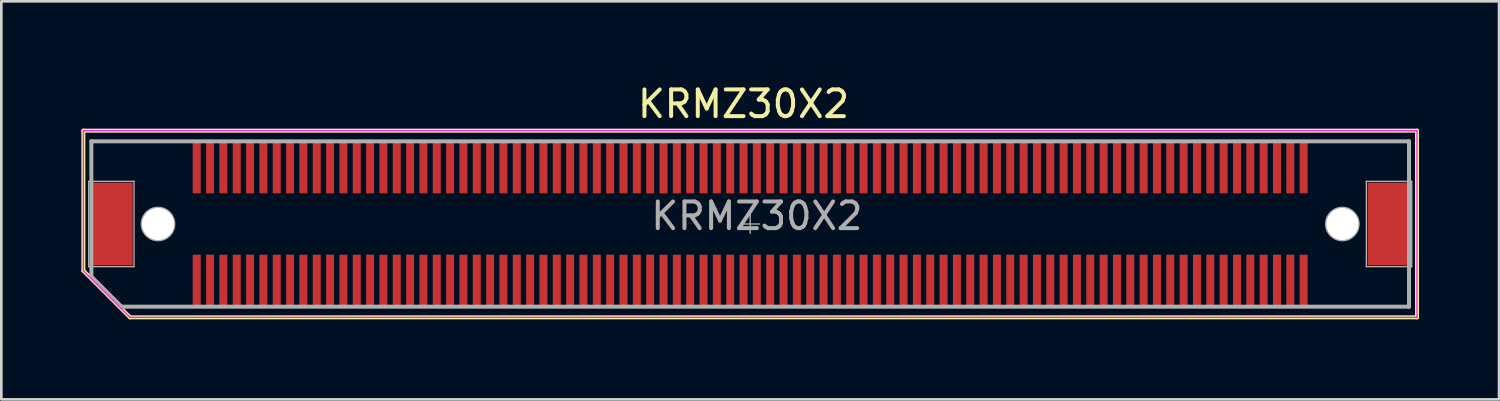
<source format=kicad_pcb>
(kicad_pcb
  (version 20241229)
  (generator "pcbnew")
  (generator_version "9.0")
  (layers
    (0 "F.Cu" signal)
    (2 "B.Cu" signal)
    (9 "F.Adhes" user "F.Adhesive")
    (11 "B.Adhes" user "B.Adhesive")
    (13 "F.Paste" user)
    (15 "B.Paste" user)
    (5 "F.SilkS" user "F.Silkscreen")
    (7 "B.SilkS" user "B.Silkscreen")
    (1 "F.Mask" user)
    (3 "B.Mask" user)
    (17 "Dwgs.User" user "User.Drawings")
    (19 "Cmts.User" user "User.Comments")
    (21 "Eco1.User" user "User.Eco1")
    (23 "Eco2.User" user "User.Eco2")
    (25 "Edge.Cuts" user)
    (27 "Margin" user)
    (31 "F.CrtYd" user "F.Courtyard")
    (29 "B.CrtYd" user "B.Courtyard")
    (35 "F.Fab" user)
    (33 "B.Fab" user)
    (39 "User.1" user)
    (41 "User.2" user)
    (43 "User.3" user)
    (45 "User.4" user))
  (footprint "KRMZ30X2"
    (layer "F.Cu")
    (at 25.075 5.348)
    (property "Reference" "KRMZ30X2" (at -0.25 -4.5 0) (layer "F.SilkS") (effects (font (size 1 1) (thickness 0.15))))
    (attr smd)
    (fp_line (start -25 -3.5) (end 25 -3.5) (stroke (width 0.15) (type solid)) (layer "F.SilkS"))
    (fp_line (start -25 1.75) (end -25 -3.5) (stroke (width 0.15) (type solid)) (layer "F.SilkS"))
    (fp_line (start -23.25 3.5) (end -25 1.75) (stroke (width 0.15) (type solid)) (layer "F.SilkS"))
    (fp_line (start 25 -3.5) (end 25 3.5) (stroke (width 0.15) (type solid)) (layer "F.SilkS"))
    (fp_line (start 25 3.5) (end -23.25 3.5) (stroke (width 0.15) (type solid)) (layer "F.SilkS"))
    (fp_line (start -24.892 -3.15) (end 24.638 -3.15) (stroke (width 0.05) (type solid)) (layer "Eco1.User"))
    (fp_line (start -25 -3.5) (end -25 1.75) (stroke (width 0.05) (type solid)) (layer "F.CrtYd"))
    (fp_line (start -25 1.75) (end -23.25 3.5) (stroke (width 0.05) (type solid)) (layer "F.CrtYd"))
    (fp_line (start -23.25 3.5) (end 25 3.5) (stroke (width 0.05) (type solid)) (layer "F.CrtYd"))
    (fp_line (start 25 -3.5) (end -25 -3.5) (stroke (width 0.05) (type solid)) (layer "F.CrtYd"))
    (fp_line (start 25 3.5) (end 25 -3.5) (stroke (width 0.05) (type solid)) (layer "F.CrtYd"))
    (fp_line (start -24.8 -1.6) (end -23.1 -1.6) (stroke (width 0.05) (type solid)) (layer "F.Fab"))
    (fp_line (start -24.8 1.6) (end -24.8 -1.6) (stroke (width 0.05) (type solid)) (layer "F.Fab"))
    (fp_line (start -24.701 1.968) (end -23.558 3.111) (stroke (width 0.15) (type solid)) (layer "F.Fab"))
    (fp_line (start -24.7 -3.1) (end -24.7 1.95) (stroke (width 0.15) (type solid)) (layer "F.Fab"))
    (fp_line (start -24.7 -3.1) (end 24.7 -3.1) (stroke (width 0.15) (type solid)) (layer "F.Fab"))
    (fp_line (start -23.55 3.1) (end 24.7 3.1) (stroke (width 0.15) (type solid)) (layer "F.Fab"))
    (fp_line (start -23.1 -1.6) (end -23.1 1.6) (stroke (width 0.05) (type solid)) (layer "F.Fab"))
    (fp_line (start -23.1 1.6) (end -24.8 1.6) (stroke (width 0.05) (type solid)) (layer "F.Fab"))
    (fp_line (start 0 -0.4) (end 0 0.35) (stroke (width 0.05) (type solid)) (layer "F.Fab"))
    (fp_line (start 0.35 0) (end -0.35 0) (stroke (width 0.05) (type solid)) (layer "F.Fab"))
    (fp_line (start 23.1 -1.6) (end 24.8 -1.6) (stroke (width 0.05) (type solid)) (layer "F.Fab"))
    (fp_line (start 23.1 1.6) (end 23.1 -1.6) (stroke (width 0.05) (type solid)) (layer "F.Fab"))
    (fp_line (start 24.7 -3.1) (end 24.7 3.1) (stroke (width 0.15) (type solid)) (layer "F.Fab"))
    (fp_line (start 24.8 -1.6) (end 24.8 1.6) (stroke (width 0.05) (type solid)) (layer "F.Fab"))
    (fp_line (start 24.8 1.6) (end 23.1 1.6) (stroke (width 0.05) (type solid)) (layer "F.Fab"))
    (fp_circle (center -22.2 0) (end -22.8 0) (stroke (width 0.1) (type solid)) (fill no) (layer "F.Fab"))
    (fp_circle (center 22.2 0) (end 22.8 0) (stroke (width 0.1) (type solid)) (fill no) (layer "F.Fab"))
    (fp_text user "${REFERENCE}" (at 0.25 -0.3 0) (layer "F.Fab") (effects (font (size 1 1) (thickness 0.15))))
    (pad "" smd rect (at -23.95 0) (size 1.6 3.1) (layers "F.Cu" "F.Mask" "F.Paste"))
    (pad "" np_thru_hole circle (at -22.2 0) (size 1.2 1.2) (drill 1.2) (layers "*.Mask" "F.Cu"))
    (pad "" np_thru_hole circle (at 22.2 0) (size 1.2 1.2) (drill 1.2) (layers "*.Mask" "F.Cu"))
    (pad "" smd rect (at 23.95 0) (size 1.6 3.1) (layers "F.Cu" "F.Mask" "F.Paste"))
    (pad "1" smd rect (at -20.75 2.15) (size 0.3 2) (layers "F.Cu" "F.Mask" "F.Paste"))
    (pad "2" smd rect (at -20.75 -2.15) (size 0.3 2) (layers "F.Cu" "F.Mask" "F.Paste"))
    (pad "3" smd rect (at -20.25 2.15) (size 0.3 2) (layers "F.Cu" "F.Mask" "F.Paste"))
    (pad "4" smd rect (at -20.25 -2.15) (size 0.3 2) (layers "F.Cu" "F.Mask" "F.Paste"))
    (pad "5" smd rect (at -19.75 2.15) (size 0.3 2) (layers "F.Cu" "F.Mask" "F.Paste"))
    (pad "6" smd rect (at -19.75 -2.15) (size 0.3 2) (layers "F.Cu" "F.Mask" "F.Paste"))
    (pad "7" smd rect (at -19.25 2.15) (size 0.3 2) (layers "F.Cu" "F.Mask" "F.Paste"))
    (pad "8" smd rect (at -19.25 -2.15) (size 0.3 2) (layers "F.Cu" "F.Mask" "F.Paste"))
    (pad "9" smd rect (at -18.75 2.15) (size 0.3 2) (layers "F.Cu" "F.Mask" "F.Paste"))
    (pad "10" smd rect (at -18.75 -2.15) (size 0.3 2) (layers "F.Cu" "F.Mask" "F.Paste"))
    (pad "11" smd rect (at -18.25 2.15) (size 0.3 2) (layers "F.Cu" "F.Mask" "F.Paste"))
    (pad "12" smd rect (at -18.25 -2.15) (size 0.3 2) (layers "F.Cu" "F.Mask" "F.Paste"))
    (pad "13" smd rect (at -17.75 2.15) (size 0.3 2) (layers "F.Cu" "F.Mask" "F.Paste"))
    (pad "14" smd rect (at -17.75 -2.15) (size 0.3 2) (layers "F.Cu" "F.Mask" "F.Paste"))
    (pad "15" smd rect (at -17.25 2.15) (size 0.3 2) (layers "F.Cu" "F.Mask" "F.Paste"))
    (pad "16" smd rect (at -17.25 -2.15) (size 0.3 2) (layers "F.Cu" "F.Mask" "F.Paste"))
    (pad "17" smd rect (at -16.75 2.15) (size 0.3 2) (layers "F.Cu" "F.Mask" "F.Paste"))
    (pad "18" smd rect (at -16.75 -2.15) (size 0.3 2) (layers "F.Cu" "F.Mask" "F.Paste"))
    (pad "19" smd rect (at -16.25 2.15) (size 0.3 2) (layers "F.Cu" "F.Mask" "F.Paste"))
    (pad "20" smd rect (at -16.25 -2.15) (size 0.3 2) (layers "F.Cu" "F.Mask" "F.Paste"))
    (pad "21" smd rect (at -15.75 2.15) (size 0.3 2) (layers "F.Cu" "F.Mask" "F.Paste"))
    (pad "22" smd rect (at -15.75 -2.15) (size 0.3 2) (layers "F.Cu" "F.Mask" "F.Paste"))
    (pad "23" smd rect (at -15.25 2.15) (size 0.3 2) (layers "F.Cu" "F.Mask" "F.Paste"))
    (pad "24" smd rect (at -15.25 -2.15) (size 0.3 2) (layers "F.Cu" "F.Mask" "F.Paste"))
    (pad "25" smd rect (at -14.75 2.15) (size 0.3 2) (layers "F.Cu" "F.Mask" "F.Paste"))
    (pad "26" smd rect (at -14.75 -2.15) (size 0.3 2) (layers "F.Cu" "F.Mask" "F.Paste"))
    (pad "27" smd rect (at -14.25 2.15) (size 0.3 2) (layers "F.Cu" "F.Mask" "F.Paste"))
    (pad "28" smd rect (at -14.25 -2.15) (size 0.3 2) (layers "F.Cu" "F.Mask" "F.Paste"))
    (pad "29" smd rect (at -13.75 2.15) (size 0.3 2) (layers "F.Cu" "F.Mask" "F.Paste"))
    (pad "30" smd rect (at -13.75 -2.15) (size 0.3 2) (layers "F.Cu" "F.Mask" "F.Paste"))
    (pad "31" smd rect (at -13.25 2.15) (size 0.3 2) (layers "F.Cu" "F.Mask" "F.Paste"))
    (pad "32" smd rect (at -13.25 -2.15) (size 0.3 2) (layers "F.Cu" "F.Mask" "F.Paste"))
    (pad "33" smd rect (at -12.75 2.15) (size 0.3 2) (layers "F.Cu" "F.Mask" "F.Paste"))
    (pad "34" smd rect (at -12.75 -2.15) (size 0.3 2) (layers "F.Cu" "F.Mask" "F.Paste"))
    (pad "35" smd rect (at -12.25 2.15) (size 0.3 2) (layers "F.Cu" "F.Mask" "F.Paste"))
    (pad "36" smd rect (at -12.25 -2.15) (size 0.3 2) (layers "F.Cu" "F.Mask" "F.Paste"))
    (pad "37" smd rect (at -11.75 2.15) (size 0.3 2) (layers "F.Cu" "F.Mask" "F.Paste"))
    (pad "38" smd rect (at -11.75 -2.15) (size 0.3 2) (layers "F.Cu" "F.Mask" "F.Paste"))
    (pad "39" smd rect (at -11.25 2.15) (size 0.3 2) (layers "F.Cu" "F.Mask" "F.Paste"))
    (pad "40" smd rect (at -11.25 -2.15) (size 0.3 2) (layers "F.Cu" "F.Mask" "F.Paste"))
    (pad "41" smd rect (at -10.75 2.15) (size 0.3 2) (layers "F.Cu" "F.Mask" "F.Paste"))
    (pad "42" smd rect (at -10.75 -2.15) (size 0.3 2) (layers "F.Cu" "F.Mask" "F.Paste"))
    (pad "43" smd rect (at -10.25 2.15) (size 0.3 2) (layers "F.Cu" "F.Mask" "F.Paste"))
    (pad "44" smd rect (at -10.25 -2.15) (size 0.3 2) (layers "F.Cu" "F.Mask" "F.Paste"))
    (pad "45" smd rect (at -9.75 2.15) (size 0.3 2) (layers "F.Cu" "F.Mask" "F.Paste"))
    (pad "46" smd rect (at -9.75 -2.15) (size 0.3 2) (layers "F.Cu" "F.Mask" "F.Paste"))
    (pad "47" smd rect (at -9.25 2.15) (size 0.3 2) (layers "F.Cu" "F.Mask" "F.Paste"))
    (pad "48" smd rect (at -9.25 -2.15) (size 0.3 2) (layers "F.Cu" "F.Mask" "F.Paste"))
    (pad "49" smd rect (at -8.75 2.15) (size 0.3 2) (layers "F.Cu" "F.Mask" "F.Paste"))
    (pad "50" smd rect (at -8.75 -2.15) (size 0.3 2) (layers "F.Cu" "F.Mask" "F.Paste"))
    (pad "51" smd rect (at -8.25 2.15) (size 0.3 2) (layers "F.Cu" "F.Mask" "F.Paste"))
    (pad "52" smd rect (at -8.25 -2.15) (size 0.3 2) (layers "F.Cu" "F.Mask" "F.Paste"))
    (pad "53" smd rect (at -7.75 2.15) (size 0.3 2) (layers "F.Cu" "F.Mask" "F.Paste"))
    (pad "54" smd rect (at -7.75 -2.15) (size 0.3 2) (layers "F.Cu" "F.Mask" "F.Paste"))
    (pad "55" smd rect (at -7.25 2.15) (size 0.3 2) (layers "F.Cu" "F.Mask" "F.Paste"))
    (pad "56" smd rect (at -7.25 -2.15) (size 0.3 2) (layers "F.Cu" "F.Mask" "F.Paste"))
    (pad "57" smd rect (at -6.75 2.15) (size 0.3 2) (layers "F.Cu" "F.Mask" "F.Paste"))
    (pad "58" smd rect (at -6.75 -2.15) (size 0.3 2) (layers "F.Cu" "F.Mask" "F.Paste"))
    (pad "59" smd rect (at -6.25 2.15) (size 0.3 2) (layers "F.Cu" "F.Mask" "F.Paste"))
    (pad "60" smd rect (at -6.25 -2.15) (size 0.3 2) (layers "F.Cu" "F.Mask" "F.Paste"))
    (pad "61" smd rect (at -5.75 2.15) (size 0.3 2) (layers "F.Cu" "F.Mask" "F.Paste"))
    (pad "62" smd rect (at -5.75 -2.15) (size 0.3 2) (layers "F.Cu" "F.Mask" "F.Paste"))
    (pad "63" smd rect (at -5.25 2.15) (size 0.3 2) (layers "F.Cu" "F.Mask" "F.Paste"))
    (pad "64" smd rect (at -5.25 -2.15) (size 0.3 2) (layers "F.Cu" "F.Mask" "F.Paste"))
    (pad "65" smd rect (at -4.75 2.15) (size 0.3 2) (layers "F.Cu" "F.Mask" "F.Paste"))
    (pad "66" smd rect (at -4.75 -2.15) (size 0.3 2) (layers "F.Cu" "F.Mask" "F.Paste"))
    (pad "67" smd rect (at -4.25 2.15) (size 0.3 2) (layers "F.Cu" "F.Mask" "F.Paste"))
    (pad "68" smd rect (at -4.25 -2.15) (size 0.3 2) (layers "F.Cu" "F.Mask" "F.Paste"))
    (pad "69" smd rect (at -3.75 2.15) (size 0.3 2) (layers "F.Cu" "F.Mask" "F.Paste"))
    (pad "70" smd rect (at -3.75 -2.15) (size 0.3 2) (layers "F.Cu" "F.Mask" "F.Paste"))
    (pad "71" smd rect (at -3.25 2.15) (size 0.3 2) (layers "F.Cu" "F.Mask" "F.Paste"))
    (pad "72" smd rect (at -3.25 -2.15) (size 0.3 2) (layers "F.Cu" "F.Mask" "F.Paste"))
    (pad "73" smd rect (at -2.75 2.15) (size 0.3 2) (layers "F.Cu" "F.Mask" "F.Paste"))
    (pad "74" smd rect (at -2.75 -2.15) (size 0.3 2) (layers "F.Cu" "F.Mask" "F.Paste"))
    (pad "75" smd rect (at -2.25 2.15) (size 0.3 2) (layers "F.Cu" "F.Mask" "F.Paste"))
    (pad "76" smd rect (at -2.25 -2.15) (size 0.3 2) (layers "F.Cu" "F.Mask" "F.Paste"))
    (pad "77" smd rect (at -1.75 2.15) (size 0.3 2) (layers "F.Cu" "F.Mask" "F.Paste"))
    (pad "78" smd rect (at -1.75 -2.15) (size 0.3 2) (layers "F.Cu" "F.Mask" "F.Paste"))
    (pad "79" smd rect (at -1.25 2.15) (size 0.3 2) (layers "F.Cu" "F.Mask" "F.Paste"))
    (pad "80" smd rect (at -1.25 -2.15) (size 0.3 2) (layers "F.Cu" "F.Mask" "F.Paste"))
    (pad "81" smd rect (at -0.75 2.15) (size 0.3 2) (layers "F.Cu" "F.Mask" "F.Paste"))
    (pad "82" smd rect (at -0.75 -2.15) (size 0.3 2) (layers "F.Cu" "F.Mask" "F.Paste"))
    (pad "83" smd rect (at -0.25 2.15) (size 0.3 2) (layers "F.Cu" "F.Mask" "F.Paste"))
    (pad "84" smd rect (at -0.25 -2.15) (size 0.3 2) (layers "F.Cu" "F.Mask" "F.Paste"))
    (pad "85" smd rect (at 0.25 2.15) (size 0.3 2) (layers "F.Cu" "F.Mask" "F.Paste"))
    (pad "86" smd rect (at 0.25 -2.15) (size 0.3 2) (layers "F.Cu" "F.Mask" "F.Paste"))
    (pad "87" smd rect (at 0.75 2.15) (size 0.3 2) (layers "F.Cu" "F.Mask" "F.Paste"))
    (pad "88" smd rect (at 0.75 -2.15) (size 0.3 2) (layers "F.Cu" "F.Mask" "F.Paste"))
    (pad "89" smd rect (at 1.25 2.15) (size 0.3 2) (layers "F.Cu" "F.Mask" "F.Paste"))
    (pad "90" smd rect (at 1.25 -2.15) (size 0.3 2) (layers "F.Cu" "F.Mask" "F.Paste"))
    (pad "91" smd rect (at 1.75 2.15) (size 0.3 2) (layers "F.Cu" "F.Mask" "F.Paste"))
    (pad "92" smd rect (at 1.75 -2.15) (size 0.3 2) (layers "F.Cu" "F.Mask" "F.Paste"))
    (pad "93" smd rect (at 2.25 2.15) (size 0.3 2) (layers "F.Cu" "F.Mask" "F.Paste"))
    (pad "94" smd rect (at 2.25 -2.15) (size 0.3 2) (layers "F.Cu" "F.Mask" "F.Paste"))
    (pad "95" smd rect (at 2.75 2.15) (size 0.3 2) (layers "F.Cu" "F.Mask" "F.Paste"))
    (pad "96" smd rect (at 2.75 -2.15) (size 0.3 2) (layers "F.Cu" "F.Mask" "F.Paste"))
    (pad "97" smd rect (at 3.25 2.15) (size 0.3 2) (layers "F.Cu" "F.Mask" "F.Paste"))
    (pad "98" smd rect (at 3.25 -2.15) (size 0.3 2) (layers "F.Cu" "F.Mask" "F.Paste"))
    (pad "99" smd rect (at 3.75 2.15) (size 0.3 2) (layers "F.Cu" "F.Mask" "F.Paste"))
    (pad "100" smd rect (at 3.75 -2.15) (size 0.3 2) (layers "F.Cu" "F.Mask" "F.Paste"))
    (pad "101" smd rect (at 4.25 2.15) (size 0.3 2) (layers "F.Cu" "F.Mask" "F.Paste"))
    (pad "102" smd rect (at 4.25 -2.15) (size 0.3 2) (layers "F.Cu" "F.Mask" "F.Paste"))
    (pad "103" smd rect (at 4.75 2.15) (size 0.3 2) (layers "F.Cu" "F.Mask" "F.Paste"))
    (pad "104" smd rect (at 4.75 -2.15) (size 0.3 2) (layers "F.Cu" "F.Mask" "F.Paste"))
    (pad "105" smd rect (at 5.25 2.15) (size 0.3 2) (layers "F.Cu" "F.Mask" "F.Paste"))
    (pad "106" smd rect (at 5.25 -2.15) (size 0.3 2) (layers "F.Cu" "F.Mask" "F.Paste"))
    (pad "107" smd rect (at 5.75 2.15) (size 0.3 2) (layers "F.Cu" "F.Mask" "F.Paste"))
    (pad "108" smd rect (at 5.75 -2.15) (size 0.3 2) (layers "F.Cu" "F.Mask" "F.Paste"))
    (pad "109" smd rect (at 6.25 2.15) (size 0.3 2) (layers "F.Cu" "F.Mask" "F.Paste"))
    (pad "110" smd rect (at 6.25 -2.15) (size 0.3 2) (layers "F.Cu" "F.Mask" "F.Paste"))
    (pad "111" smd rect (at 6.75 2.15) (size 0.3 2) (layers "F.Cu" "F.Mask" "F.Paste"))
    (pad "112" smd rect (at 6.75 -2.15) (size 0.3 2) (layers "F.Cu" "F.Mask" "F.Paste"))
    (pad "113" smd rect (at 7.25 2.15) (size 0.3 2) (layers "F.Cu" "F.Mask" "F.Paste"))
    (pad "114" smd rect (at 7.25 -2.15) (size 0.3 2) (layers "F.Cu" "F.Mask" "F.Paste"))
    (pad "115" smd rect (at 7.75 2.15) (size 0.3 2) (layers "F.Cu" "F.Mask" "F.Paste"))
    (pad "116" smd rect (at 7.75 -2.15) (size 0.3 2) (layers "F.Cu" "F.Mask" "F.Paste"))
    (pad "117" smd rect (at 8.25 2.15) (size 0.3 2) (layers "F.Cu" "F.Mask" "F.Paste"))
    (pad "118" smd rect (at 8.25 -2.15) (size 0.3 2) (layers "F.Cu" "F.Mask" "F.Paste"))
    (pad "119" smd rect (at 8.75 2.15) (size 0.3 2) (layers "F.Cu" "F.Mask" "F.Paste"))
    (pad "120" smd rect (at 8.75 -2.15) (size 0.3 2) (layers "F.Cu" "F.Mask" "F.Paste"))
    (pad "121" smd rect (at 9.25 2.15) (size 0.3 2) (layers "F.Cu" "F.Mask" "F.Paste"))
    (pad "122" smd rect (at 9.25 -2.15) (size 0.3 2) (layers "F.Cu" "F.Mask" "F.Paste"))
    (pad "123" smd rect (at 9.75 2.15) (size 0.3 2) (layers "F.Cu" "F.Mask" "F.Paste"))
    (pad "124" smd rect (at 9.75 -2.15) (size 0.3 2) (layers "F.Cu" "F.Mask" "F.Paste"))
    (pad "125" smd rect (at 10.25 2.15) (size 0.3 2) (layers "F.Cu" "F.Mask" "F.Paste"))
    (pad "126" smd rect (at 10.25 -2.15) (size 0.3 2) (layers "F.Cu" "F.Mask" "F.Paste"))
    (pad "127" smd rect (at 10.75 2.15) (size 0.3 2) (layers "F.Cu" "F.Mask" "F.Paste"))
    (pad "128" smd rect (at 10.75 -2.15) (size 0.3 2) (layers "F.Cu" "F.Mask" "F.Paste"))
    (pad "129" smd rect (at 11.25 2.15) (size 0.3 2) (layers "F.Cu" "F.Mask" "F.Paste"))
    (pad "130" smd rect (at 11.25 -2.15) (size 0.3 2) (layers "F.Cu" "F.Mask" "F.Paste"))
    (pad "131" smd rect (at 11.75 2.15) (size 0.3 2) (layers "F.Cu" "F.Mask" "F.Paste"))
    (pad "132" smd rect (at 11.75 -2.15) (size 0.3 2) (layers "F.Cu" "F.Mask" "F.Paste"))
    (pad "133" smd rect (at 12.25 2.15) (size 0.3 2) (layers "F.Cu" "F.Mask" "F.Paste"))
    (pad "134" smd rect (at 12.25 -2.15) (size 0.3 2) (layers "F.Cu" "F.Mask" "F.Paste"))
    (pad "135" smd rect (at 12.75 2.15) (size 0.3 2) (layers "F.Cu" "F.Mask" "F.Paste"))
    (pad "136" smd rect (at 12.75 -2.15) (size 0.3 2) (layers "F.Cu" "F.Mask" "F.Paste"))
    (pad "137" smd rect (at 13.25 2.15) (size 0.3 2) (layers "F.Cu" "F.Mask" "F.Paste"))
    (pad "138" smd rect (at 13.25 -2.15) (size 0.3 2) (layers "F.Cu" "F.Mask" "F.Paste"))
    (pad "139" smd rect (at 13.75 2.15) (size 0.3 2) (layers "F.Cu" "F.Mask" "F.Paste"))
    (pad "140" smd rect (at 13.75 -2.15) (size 0.3 2) (layers "F.Cu" "F.Mask" "F.Paste"))
    (pad "141" smd rect (at 14.25 2.15) (size 0.3 2) (layers "F.Cu" "F.Mask" "F.Paste"))
    (pad "142" smd rect (at 14.25 -2.15) (size 0.3 2) (layers "F.Cu" "F.Mask" "F.Paste"))
    (pad "143" smd rect (at 14.75 2.15) (size 0.3 2) (layers "F.Cu" "F.Mask" "F.Paste"))
    (pad "144" smd rect (at 14.75 -2.15) (size 0.3 2) (layers "F.Cu" "F.Mask" "F.Paste"))
    (pad "145" smd rect (at 15.25 2.15) (size 0.3 2) (layers "F.Cu" "F.Mask" "F.Paste"))
    (pad "146" smd rect (at 15.25 -2.15) (size 0.3 2) (layers "F.Cu" "F.Mask" "F.Paste"))
    (pad "147" smd rect (at 15.75 2.15) (size 0.3 2) (layers "F.Cu" "F.Mask" "F.Paste"))
    (pad "148" smd rect (at 15.75 -2.15) (size 0.3 2) (layers "F.Cu" "F.Mask" "F.Paste"))
    (pad "149" smd rect (at 16.25 2.15) (size 0.3 2) (layers "F.Cu" "F.Mask" "F.Paste"))
    (pad "150" smd rect (at 16.25 -2.15) (size 0.3 2) (layers "F.Cu" "F.Mask" "F.Paste"))
    (pad "151" smd rect (at 16.75 2.15) (size 0.3 2) (layers "F.Cu" "F.Mask" "F.Paste"))
    (pad "152" smd rect (at 16.75 -2.15) (size 0.3 2) (layers "F.Cu" "F.Mask" "F.Paste"))
    (pad "153" smd rect (at 17.25 2.15) (size 0.3 2) (layers "F.Cu" "F.Mask" "F.Paste"))
    (pad "154" smd rect (at 17.25 -2.15) (size 0.3 2) (layers "F.Cu" "F.Mask" "F.Paste"))
    (pad "155" smd rect (at 17.75 2.15) (size 0.3 2) (layers "F.Cu" "F.Mask" "F.Paste"))
    (pad "156" smd rect (at 17.75 -2.15) (size 0.3 2) (layers "F.Cu" "F.Mask" "F.Paste"))
    (pad "157" smd rect (at 18.25 2.15) (size 0.3 2) (layers "F.Cu" "F.Mask" "F.Paste"))
    (pad "158" smd rect (at 18.25 -2.15) (size 0.3 2) (layers "F.Cu" "F.Mask" "F.Paste"))
    (pad "159" smd rect (at 18.75 2.15) (size 0.3 2) (layers "F.Cu" "F.Mask" "F.Paste"))
    (pad "160" smd rect (at 18.75 -2.15) (size 0.3 2) (layers "F.Cu" "F.Mask" "F.Paste"))
    (pad "161" smd rect (at 19.25 2.15) (size 0.3 2) (layers "F.Cu" "F.Mask" "F.Paste"))
    (pad "162" smd rect (at 19.25 -2.15) (size 0.3 2) (layers "F.Cu" "F.Mask" "F.Paste"))
    (pad "163" smd rect (at 19.75 2.15) (size 0.3 2) (layers "F.Cu" "F.Mask" "F.Paste"))
    (pad "164" smd rect (at 19.75 -2.15) (size 0.3 2) (layers "F.Cu" "F.Mask" "F.Paste"))
    (pad "165" smd rect (at 20.25 2.15) (size 0.3 2) (layers "F.Cu" "F.Mask" "F.Paste"))
    (pad "166" smd rect (at 20.25 -2.15) (size 0.3 2) (layers "F.Cu" "F.Mask" "F.Paste"))
    (pad "167" smd rect (at 20.75 2.15) (size 0.3 2) (layers "F.Cu" "F.Mask" "F.Paste"))
    (pad "168" smd rect (at 20.75 -2.15) (size 0.3 2) (layers "F.Cu" "F.Mask" "F.Paste")))
  (gr_rect
    (start -3 -3)
    (end 53.15 11.923)
    (stroke (width 0.1) (type default))
    (fill no)
    (layer "Edge.Cuts")))
</source>
